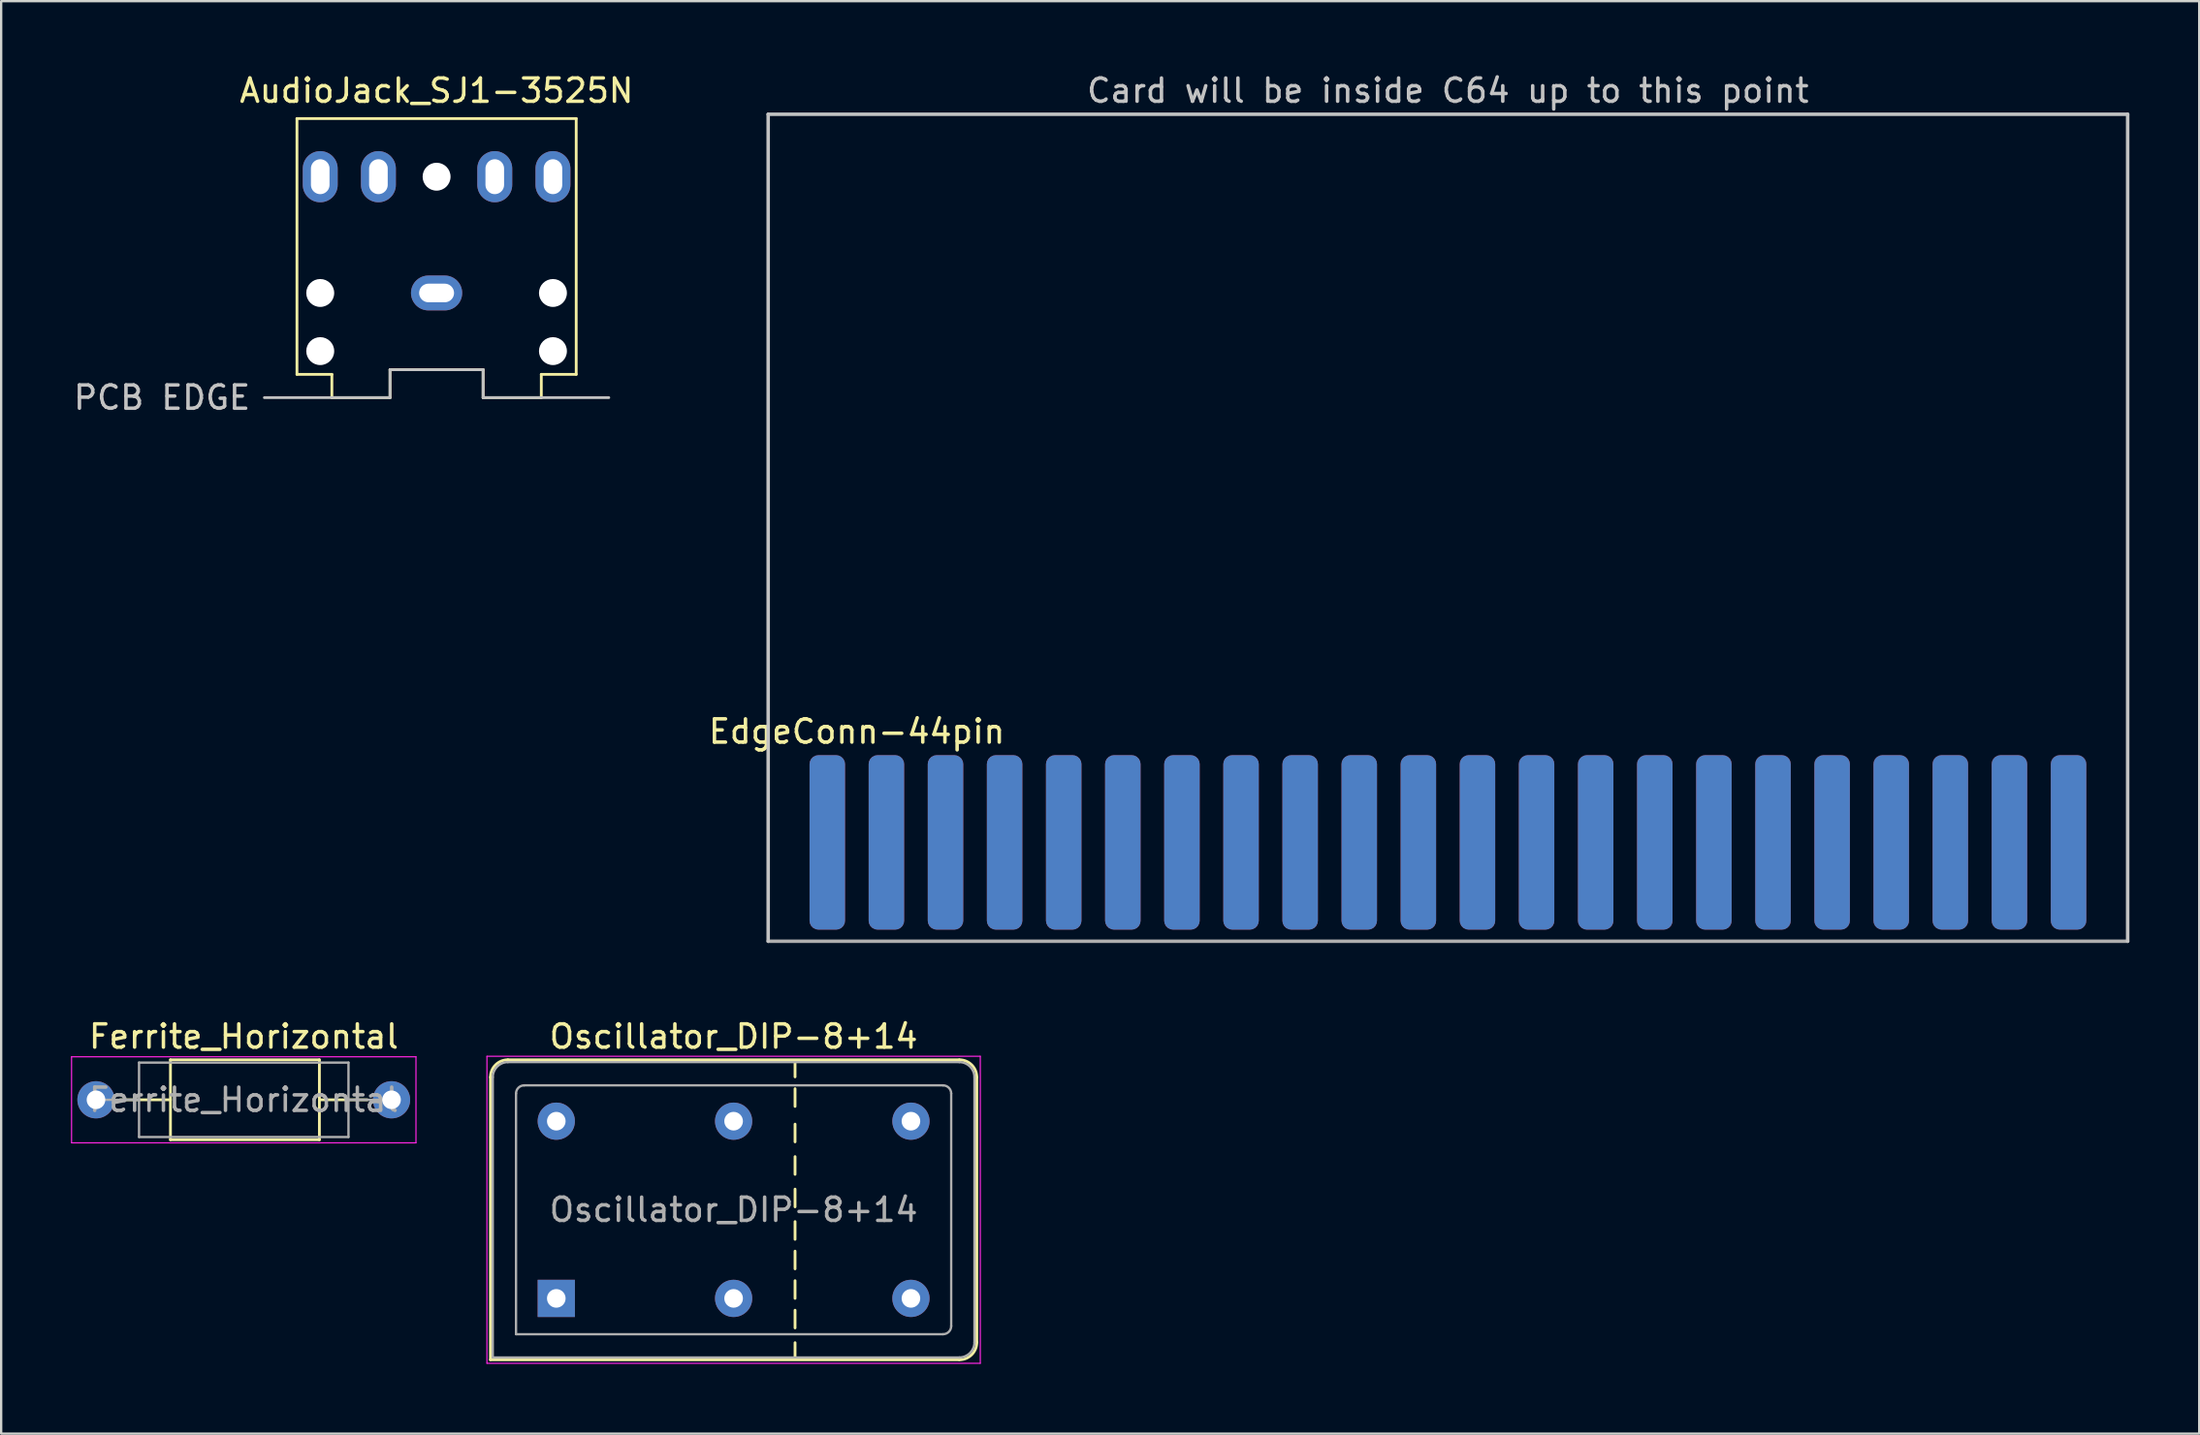
<source format=kicad_pcb>
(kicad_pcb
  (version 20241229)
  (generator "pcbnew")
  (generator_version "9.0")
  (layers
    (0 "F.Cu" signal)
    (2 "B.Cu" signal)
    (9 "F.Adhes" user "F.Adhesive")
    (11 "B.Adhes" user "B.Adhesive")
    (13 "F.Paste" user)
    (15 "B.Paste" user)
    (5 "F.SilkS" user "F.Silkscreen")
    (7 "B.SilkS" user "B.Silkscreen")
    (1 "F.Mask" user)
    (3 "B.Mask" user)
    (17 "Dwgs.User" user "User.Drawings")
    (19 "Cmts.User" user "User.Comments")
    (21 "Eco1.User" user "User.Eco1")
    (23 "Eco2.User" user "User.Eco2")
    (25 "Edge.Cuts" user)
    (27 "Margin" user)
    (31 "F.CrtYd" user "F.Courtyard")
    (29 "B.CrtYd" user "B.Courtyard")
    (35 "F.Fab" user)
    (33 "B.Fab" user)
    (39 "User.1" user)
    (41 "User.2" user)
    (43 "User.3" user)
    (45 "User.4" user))
  (footprint "AudioJack_SJ1-3525N"
    (layer "F.Cu")
    (at 15.711 9.548)
    (property "Reference" "AudioJack_SJ1-3525N" (at 0 -8.7 0) (layer "F.SilkS") (effects (font (size 1 1) (thickness 0.15))))
    (attr through_hole)
    (fp_line (start -6 -7.5) (end 6 -7.5) (stroke (width 0.12) (type solid)) (layer "F.SilkS"))
    (fp_line (start -6 3.5) (end -6 -7.5) (stroke (width 0.12) (type solid)) (layer "F.SilkS"))
    (fp_line (start -4.5 3.5) (end -6 3.5) (stroke (width 0.12) (type solid)) (layer "F.SilkS"))
    (fp_line (start -4.5 4.5) (end -4.5 3.5) (stroke (width 0.12) (type solid)) (layer "F.SilkS"))
    (fp_line (start -4.5 4.5) (end -2 4.5) (stroke (width 0.12) (type solid)) (layer "F.SilkS"))
    (fp_line (start -2 3.3) (end 2 3.3) (stroke (width 0.12) (type solid)) (layer "F.SilkS"))
    (fp_line (start -2 4.5) (end -2 3.3) (stroke (width 0.12) (type solid)) (layer "F.SilkS"))
    (fp_line (start 2 3.3) (end 2 4.5) (stroke (width 0.12) (type solid)) (layer "F.SilkS"))
    (fp_line (start 2 4.5) (end 4.5 4.5) (stroke (width 0.12) (type solid)) (layer "F.SilkS"))
    (fp_line (start 4.5 4.5) (end 4.5 3.5) (stroke (width 0.12) (type solid)) (layer "F.SilkS"))
    (fp_line (start 6 3.5) (end 4.5 3.5) (stroke (width 0.12) (type solid)) (layer "F.SilkS"))
    (fp_line (start 6 3.5) (end 6 -7.5) (stroke (width 0.12) (type solid)) (layer "F.SilkS"))
    (fp_line (start -2 3.3) (end 2 3.3) (stroke (width 0.12) (type solid)) (layer "Dwgs.User"))
    (fp_line (start -2 4.5) (end -7.4 4.5) (stroke (width 0.12) (type solid)) (layer "Dwgs.User"))
    (fp_line (start -2 4.5) (end -2 3.3) (stroke (width 0.12) (type solid)) (layer "Dwgs.User"))
    (fp_line (start 2 3.3) (end 2 4.5) (stroke (width 0.12) (type solid)) (layer "Dwgs.User"))
    (fp_line (start 2 4.5) (end 7.4 4.5) (stroke (width 0.12) (type solid)) (layer "Dwgs.User"))
    (fp_text user "PCB EDGE" (at -11.8 4.5 0) (layer "Dwgs.User") (effects (font (size 1 1) (thickness 0.15))))
    (pad "" np_thru_hole circle (at -5 0) (size 1.2 1.2) (drill 1.2) (layers "*.Cu" "*.Mask"))
    (pad "" np_thru_hole circle (at -5 2.5) (size 1.2 1.2) (drill 1.2) (layers "*.Cu" "*.Mask"))
    (pad "" np_thru_hole circle (at 0 -5) (size 1.2 1.2) (drill 1.2) (layers "*.Cu" "*.Mask"))
    (pad "" np_thru_hole circle (at 5 0) (size 1.2 1.2) (drill 1.2) (layers "*.Cu" "*.Mask"))
    (pad "" np_thru_hole circle (at 5 2.5) (size 1.2 1.2) (drill 1.2) (layers "*.Cu" "*.Mask"))
    (pad "R" thru_hole oval (at -5 -5) (size 1.5 2.2) (drill oval 0.8 1.5) (layers "*.Cu" "*.Mask"))
    (pad "RN" thru_hole oval (at -2.5 -5) (size 1.5 2.2) (drill oval 0.8 1.5) (layers "*.Cu" "*.Mask"))
    (pad "S" thru_hole oval (at 0 0) (size 2.2 1.5) (drill oval 1.5 0.8) (layers "*.Cu" "*.Mask"))
    (pad "T" thru_hole oval (at 5 -5) (size 1.5 2.2) (drill oval 0.8 1.5) (layers "*.Cu" "*.Mask"))
    (pad "TN" thru_hole oval (at 2.5 -5) (size 1.5 2.2) (drill oval 0.8 1.5) (layers "*.Cu" "*.Mask")))
  (footprint "Ferrite_Horizontal"
    (layer "F.Cu")
    (at 1.075 44.242)
    (property "Reference" "Ferrite_Horizontal" (at 6.35 -2.72 0) (layer "F.SilkS") (effects (font (size 1 1) (thickness 0.15))))
    (attr through_hole)
    (fp_line (start 1.04 0) (end 3.2 0) (stroke (width 0.12) (type solid)) (layer "F.SilkS"))
    (fp_line (start 3.2 -1.72) (end 3.2 1.72) (stroke (width 0.12) (type solid)) (layer "F.SilkS"))
    (fp_line (start 3.2 -1.72) (end 9.6 -1.72) (stroke (width 0.12) (type solid)) (layer "F.SilkS"))
    (fp_line (start 3.2 1.72) (end 9.6 1.72) (stroke (width 0.12) (type solid)) (layer "F.SilkS"))
    (fp_line (start 9.6 1.72) (end 9.6 -1.72) (stroke (width 0.12) (type solid)) (layer "F.SilkS"))
    (fp_line (start 11.66 0) (end 9.6 0) (stroke (width 0.12) (type solid)) (layer "F.SilkS"))
    (fp_line (start -1.05 -1.85) (end -1.05 1.85) (stroke (width 0.05) (type solid)) (layer "F.CrtYd"))
    (fp_line (start -1.05 1.85) (end 13.75 1.85) (stroke (width 0.05) (type solid)) (layer "F.CrtYd"))
    (fp_line (start 13.75 -1.85) (end -1.05 -1.85) (stroke (width 0.05) (type solid)) (layer "F.CrtYd"))
    (fp_line (start 13.75 1.85) (end 13.75 -1.85) (stroke (width 0.05) (type solid)) (layer "F.CrtYd"))
    (fp_line (start 0 0) (end 1.85 0) (stroke (width 0.1) (type solid)) (layer "F.Fab"))
    (fp_line (start 1.85 -1.6) (end 1.85 1.6) (stroke (width 0.1) (type solid)) (layer "F.Fab"))
    (fp_line (start 1.85 1.6) (end 10.85 1.6) (stroke (width 0.1) (type solid)) (layer "F.Fab"))
    (fp_line (start 10.85 -1.6) (end 1.85 -1.6) (stroke (width 0.1) (type solid)) (layer "F.Fab"))
    (fp_line (start 10.85 1.6) (end 10.85 -1.6) (stroke (width 0.1) (type solid)) (layer "F.Fab"))
    (fp_line (start 12.7 0) (end 10.85 0) (stroke (width 0.1) (type solid)) (layer "F.Fab"))
    (fp_text user "${REFERENCE}" (at 6.35 0 0) (layer "F.Fab") (effects (font (size 1 1) (thickness 0.15))))
    (pad "1" thru_hole circle (at 0 0) (size 1.6 1.6) (drill 0.8) (layers "*.Cu" "*.Mask"))
    (pad "2" thru_hole oval (at 12.7 0) (size 1.6 1.6) (drill 0.8) (layers "*.Cu" "*.Mask")))
  (footprint "EdgeConn-44pin"
    (layer "F.Cu")
    (at 59.17 37.424)
    (property "Reference" "EdgeConn-44pin" (at -25.4 -9.018 0) (layer "F.SilkS") (effects (font (size 1 1) (thickness 0.15))))
    (attr through_hole)
    (fp_line (start -29.21 -35.56) (end -29.21 0) (stroke (width 0.15) (type solid)) (layer "Dwgs.User"))
    (fp_line (start 29.21 -35.56) (end -29.21 -35.56) (stroke (width 0.15) (type solid)) (layer "Dwgs.User"))
    (fp_line (start 29.21 0) (end 29.21 -35.56) (stroke (width 0.15) (type solid)) (layer "Dwgs.User"))
    (fp_line (start -29.21 0) (end 29.21 0) (stroke (width 0.15) (type solid)) (layer "F.Fab"))
    (fp_text user "Card will be inside C64 up to this point" (at 0 -36.576 0) (layer "Dwgs.User") (effects (font (size 1 1) (thickness 0.15))))
    (pad "1" smd roundrect (at -26.67 -4.25 180) (size 1.524 7.5) (layers "F.Cu" "F.Mask" "F.Paste") (roundrect_rratio 0.25))
    (pad "2" smd roundrect (at -24.13 -4.25 180) (size 1.524 7.5) (layers "F.Cu" "F.Mask" "F.Paste") (roundrect_rratio 0.25))
    (pad "3" smd roundrect (at -21.59 -4.25 180) (size 1.524 7.5) (layers "F.Cu" "F.Mask" "F.Paste") (roundrect_rratio 0.25))
    (pad "4" smd roundrect (at -19.05 -4.25 180) (size 1.524 7.5) (layers "F.Cu" "F.Mask" "F.Paste") (roundrect_rratio 0.25))
    (pad "5" smd roundrect (at -16.51 -4.25 180) (size 1.524 7.5) (layers "F.Cu" "F.Mask" "F.Paste") (roundrect_rratio 0.25))
    (pad "6" smd roundrect (at -13.97 -4.25 180) (size 1.524 7.5) (layers "F.Cu" "F.Mask" "F.Paste") (roundrect_rratio 0.25))
    (pad "7" smd roundrect (at -11.43 -4.25 180) (size 1.524 7.5) (layers "F.Cu" "F.Mask" "F.Paste") (roundrect_rratio 0.25))
    (pad "8" smd roundrect (at -8.89 -4.25 180) (size 1.524 7.5) (layers "F.Cu" "F.Mask" "F.Paste") (roundrect_rratio 0.25))
    (pad "9" smd roundrect (at -6.35 -4.25 180) (size 1.524 7.5) (layers "F.Cu" "F.Mask" "F.Paste") (roundrect_rratio 0.25))
    (pad "10" smd roundrect (at -3.81 -4.25 180) (size 1.524 7.5) (layers "F.Cu" "F.Mask" "F.Paste") (roundrect_rratio 0.25))
    (pad "11" smd roundrect (at -1.27 -4.25 180) (size 1.524 7.5) (layers "F.Cu" "F.Mask" "F.Paste") (roundrect_rratio 0.25))
    (pad "12" smd roundrect (at 1.27 -4.25 180) (size 1.524 7.5) (layers "F.Cu" "F.Mask" "F.Paste") (roundrect_rratio 0.25))
    (pad "13" smd roundrect (at 3.81 -4.25 180) (size 1.524 7.5) (layers "F.Cu" "F.Mask" "F.Paste") (roundrect_rratio 0.25))
    (pad "14" smd roundrect (at 6.35 -4.25 180) (size 1.524 7.5) (layers "F.Cu" "F.Mask" "F.Paste") (roundrect_rratio 0.25))
    (pad "15" smd roundrect (at 8.89 -4.25 180) (size 1.524 7.5) (layers "F.Cu" "F.Mask" "F.Paste") (roundrect_rratio 0.25))
    (pad "16" smd roundrect (at 11.43 -4.25 180) (size 1.524 7.5) (layers "F.Cu" "F.Mask" "F.Paste") (roundrect_rratio 0.25))
    (pad "17" smd roundrect (at 13.97 -4.25 180) (size 1.524 7.5) (layers "F.Cu" "F.Mask" "F.Paste") (roundrect_rratio 0.25))
    (pad "18" smd roundrect (at 16.51 -4.25 180) (size 1.524 7.5) (layers "F.Cu" "F.Mask" "F.Paste") (roundrect_rratio 0.25))
    (pad "19" smd roundrect (at 19.05 -4.25 180) (size 1.524 7.5) (layers "F.Cu" "F.Mask" "F.Paste") (roundrect_rratio 0.25))
    (pad "20" smd roundrect (at 21.59 -4.25 180) (size 1.524 7.5) (layers "F.Cu" "F.Mask" "F.Paste") (roundrect_rratio 0.25))
    (pad "21" smd roundrect (at 24.13 -4.25 180) (size 1.524 7.5) (layers "F.Cu" "F.Mask" "F.Paste") (roundrect_rratio 0.25))
    (pad "22" smd roundrect (at 26.67 -4.25 180) (size 1.524 7.5) (layers "F.Cu" "F.Mask" "F.Paste") (roundrect_rratio 0.25))
    (pad "A" smd roundrect (at -26.67 -4.25) (size 1.524 7.5) (layers "B.Cu" "B.Mask" "B.Paste") (roundrect_rratio 0.25))
    (pad "B" smd roundrect (at -24.13 -4.25) (size 1.524 7.5) (layers "B.Cu" "B.Mask" "B.Paste") (roundrect_rratio 0.25))
    (pad "C" smd roundrect (at -21.59 -4.25) (size 1.524 7.5) (layers "B.Cu" "B.Mask" "B.Paste") (roundrect_rratio 0.25))
    (pad "D" smd roundrect (at -19.05 -4.25) (size 1.524 7.5) (layers "B.Cu" "B.Mask" "B.Paste") (roundrect_rratio 0.25))
    (pad "E" smd roundrect (at -16.51 -4.25) (size 1.524 7.5) (layers "B.Cu" "B.Mask" "B.Paste") (roundrect_rratio 0.25))
    (pad "F" smd roundrect (at -13.97 -4.25) (size 1.524 7.5) (layers "B.Cu" "B.Mask" "B.Paste") (roundrect_rratio 0.25))
    (pad "H" smd roundrect (at -11.43 -4.25) (size 1.524 7.5) (layers "B.Cu" "B.Mask" "B.Paste") (roundrect_rratio 0.25))
    (pad "J" smd roundrect (at -8.89 -4.25) (size 1.524 7.5) (layers "B.Cu" "B.Mask" "B.Paste") (roundrect_rratio 0.25))
    (pad "K" smd roundrect (at -6.35 -4.25) (size 1.524 7.5) (layers "B.Cu" "B.Mask" "B.Paste") (roundrect_rratio 0.25))
    (pad "L" smd roundrect (at -3.81 -4.25) (size 1.524 7.5) (layers "B.Cu" "B.Mask" "B.Paste") (roundrect_rratio 0.25))
    (pad "M" smd roundrect (at -1.27 -4.25) (size 1.524 7.5) (layers "B.Cu" "B.Mask" "B.Paste") (roundrect_rratio 0.25))
    (pad "N" smd roundrect (at 1.27 -4.25) (size 1.524 7.5) (layers "B.Cu" "B.Mask" "B.Paste") (roundrect_rratio 0.25))
    (pad "P" smd roundrect (at 3.81 -4.25) (size 1.524 7.5) (layers "B.Cu" "B.Mask" "B.Paste") (roundrect_rratio 0.25))
    (pad "R" smd roundrect (at 6.35 -4.25) (size 1.524 7.5) (layers "B.Cu" "B.Mask" "B.Paste") (roundrect_rratio 0.25))
    (pad "S" smd roundrect (at 8.89 -4.25) (size 1.524 7.5) (layers "B.Cu" "B.Mask" "B.Paste") (roundrect_rratio 0.25))
    (pad "T" smd roundrect (at 11.43 -4.25) (size 1.524 7.5) (layers "B.Cu" "B.Mask" "B.Paste") (roundrect_rratio 0.25))
    (pad "U" smd roundrect (at 13.97 -4.25) (size 1.524 7.5) (layers "B.Cu" "B.Mask" "B.Paste") (roundrect_rratio 0.25))
    (pad "V" smd roundrect (at 16.51 -4.25) (size 1.524 7.5) (layers "B.Cu" "B.Mask" "B.Paste") (roundrect_rratio 0.25))
    (pad "W" smd roundrect (at 19.05 -4.25) (size 1.524 7.5) (layers "B.Cu" "B.Mask" "B.Paste") (roundrect_rratio 0.25))
    (pad "X" smd roundrect (at 21.59 -4.25) (size 1.524 7.5) (layers "B.Cu" "B.Mask" "B.Paste") (roundrect_rratio 0.25))
    (pad "Y" smd roundrect (at 24.13 -4.25) (size 1.524 7.5) (layers "B.Cu" "B.Mask" "B.Paste") (roundrect_rratio 0.25))
    (pad "Z" smd roundrect (at 26.67 -4.25) (size 1.524 7.5) (layers "B.Cu" "B.Mask" "B.Paste") (roundrect_rratio 0.25)))
  (footprint "Oscillator_DIP-8+14"
    (layer "F.Cu")
    (at 20.855 52.782)
    (property "Reference" "Oscillator_DIP-8+14" (at 7.62 -11.26 0) (layer "F.SilkS") (effects (font (size 1 1) (thickness 0.15))))
    (attr through_hole)
    (fp_line (start -2.83 -9.51) (end -2.83 2.64) (stroke (width 0.12) (type solid)) (layer "F.SilkS"))
    (fp_line (start -2.83 2.64) (end 17.32 2.64) (stroke (width 0.12) (type solid)) (layer "F.SilkS"))
    (fp_line (start 10.26 -9.525) (end 10.26 -10.223) (stroke (width 0.12) (type solid)) (layer "F.SilkS"))
    (fp_line (start 10.26 -8.255) (end 10.26 -9.017) (stroke (width 0.12) (type solid)) (layer "F.SilkS"))
    (fp_line (start 10.26 -6.731) (end 10.26 -7.493) (stroke (width 0.12) (type solid)) (layer "F.SilkS"))
    (fp_line (start 10.26 -5.334) (end 10.26 -6.096) (stroke (width 0.12) (type solid)) (layer "F.SilkS"))
    (fp_line (start 10.26 -3.937) (end 10.26 -4.699) (stroke (width 0.12) (type solid)) (layer "F.SilkS"))
    (fp_line (start 10.26 -2.54) (end 10.26 -3.302) (stroke (width 0.12) (type solid)) (layer "F.SilkS"))
    (fp_line (start 10.26 -1.27) (end 10.26 -2.032) (stroke (width 0.12) (type solid)) (layer "F.SilkS"))
    (fp_line (start 10.26 0) (end 10.26 -0.762) (stroke (width 0.12) (type solid)) (layer "F.SilkS"))
    (fp_line (start 10.26 1.27) (end 10.26 0.508) (stroke (width 0.12) (type solid)) (layer "F.SilkS"))
    (fp_line (start 10.26 2.603) (end 10.26 1.905) (stroke (width 0.12) (type solid)) (layer "F.SilkS"))
    (fp_line (start 17.32 -10.26) (end -2.08 -10.26) (stroke (width 0.12) (type solid)) (layer "F.SilkS"))
    (fp_line (start 18.07 1.89) (end 18.07 -9.51) (stroke (width 0.12) (type solid)) (layer "F.SilkS"))
    (fp_arc (start -2.83 -9.51) (mid -2.61033 -10.04033) (end -2.08 -10.26) (stroke (width 0.12) (type solid)) (layer "F.SilkS"))
    (fp_arc (start 17.32 -10.26) (mid 17.85033 -10.04033) (end 18.07 -9.51) (stroke (width 0.12) (type solid)) (layer "F.SilkS"))
    (fp_arc (start 18.07 1.89) (mid 17.85033 2.42033) (end 17.32 2.64) (stroke (width 0.12) (type solid)) (layer "F.SilkS"))
    (fp_line (start -2.98 -10.41) (end -2.98 2.79) (stroke (width 0.05) (type solid)) (layer "F.CrtYd"))
    (fp_line (start -2.98 2.79) (end 18.22 2.79) (stroke (width 0.05) (type solid)) (layer "F.CrtYd"))
    (fp_line (start 18.22 -10.41) (end -2.98 -10.41) (stroke (width 0.05) (type solid)) (layer "F.CrtYd"))
    (fp_line (start 18.22 2.79) (end 18.22 -10.41) (stroke (width 0.05) (type solid)) (layer "F.CrtYd"))
    (fp_line (start -2.73 2.54) (end -2.73 -9.51) (stroke (width 0.1) (type solid)) (layer "F.Fab"))
    (fp_line (start -2.73 2.54) (end 17.32 2.54) (stroke (width 0.1) (type solid)) (layer "F.Fab"))
    (fp_line (start -2.08 -10.16) (end 17.32 -10.16) (stroke (width 0.1) (type solid)) (layer "F.Fab"))
    (fp_line (start -1.73 1.54) (end -1.73 -8.81) (stroke (width 0.1) (type solid)) (layer "F.Fab"))
    (fp_line (start -1.73 1.54) (end 16.62 1.54) (stroke (width 0.1) (type solid)) (layer "F.Fab"))
    (fp_line (start -1.38 -9.16) (end 16.62 -9.16) (stroke (width 0.1) (type solid)) (layer "F.Fab"))
    (fp_line (start 16.97 1.19) (end 16.97 -8.81) (stroke (width 0.1) (type solid)) (layer "F.Fab"))
    (fp_line (start 17.97 -9.51) (end 17.97 1.89) (stroke (width 0.1) (type solid)) (layer "F.Fab"))
    (fp_arc (start -2.73 -9.51) (mid -2.539619 -9.969619) (end -2.08 -10.16) (stroke (width 0.1) (type solid)) (layer "F.Fab"))
    (fp_arc (start -1.73 -8.81) (mid -1.627487 -9.057487) (end -1.38 -9.16) (stroke (width 0.1) (type solid)) (layer "F.Fab"))
    (fp_arc (start 16.62 -9.16) (mid 16.867487 -9.057487) (end 16.97 -8.81) (stroke (width 0.1) (type solid)) (layer "F.Fab"))
    (fp_arc (start 16.97 1.19) (mid 16.867487 1.437487) (end 16.62 1.54) (stroke (width 0.1) (type solid)) (layer "F.Fab"))
    (fp_arc (start 17.32 -10.16) (mid 17.779619 -9.969619) (end 17.97 -9.51) (stroke (width 0.1) (type solid)) (layer "F.Fab"))
    (fp_arc (start 17.97 1.89) (mid 17.779619 2.349619) (end 17.32 2.54) (stroke (width 0.1) (type solid)) (layer "F.Fab"))
    (fp_text user "${REFERENCE}" (at 7.62 -3.81 0) (layer "F.Fab") (effects (font (size 1 1) (thickness 0.15))))
    (pad "1" thru_hole rect (at 0 0) (size 1.6 1.6) (drill 0.8) (layers "*.Cu" "*.Mask"))
    (pad "7" thru_hole circle (at 7.62 0) (size 1.6 1.6) (drill 0.8) (layers "*.Cu" "*.Mask"))
    (pad "7" thru_hole circle (at 15.24 0) (size 1.6 1.6) (drill 0.8) (layers "*.Cu" "*.Mask"))
    (pad "8" thru_hole circle (at 7.62 -7.62) (size 1.6 1.6) (drill 0.8) (layers "*.Cu" "*.Mask"))
    (pad "8" thru_hole circle (at 15.24 -7.62) (size 1.6 1.6) (drill 0.8) (layers "*.Cu" "*.Mask"))
    (pad "14" thru_hole circle (at 0 -7.62) (size 1.6 1.6) (drill 0.8) (layers "*.Cu" "*.Mask")))
  (gr_rect
    (start -3 -3)
    (end 91.455 58.597)
    (stroke (width 0.1) (type default))
    (fill no)
    (layer "Edge.Cuts")))
</source>
